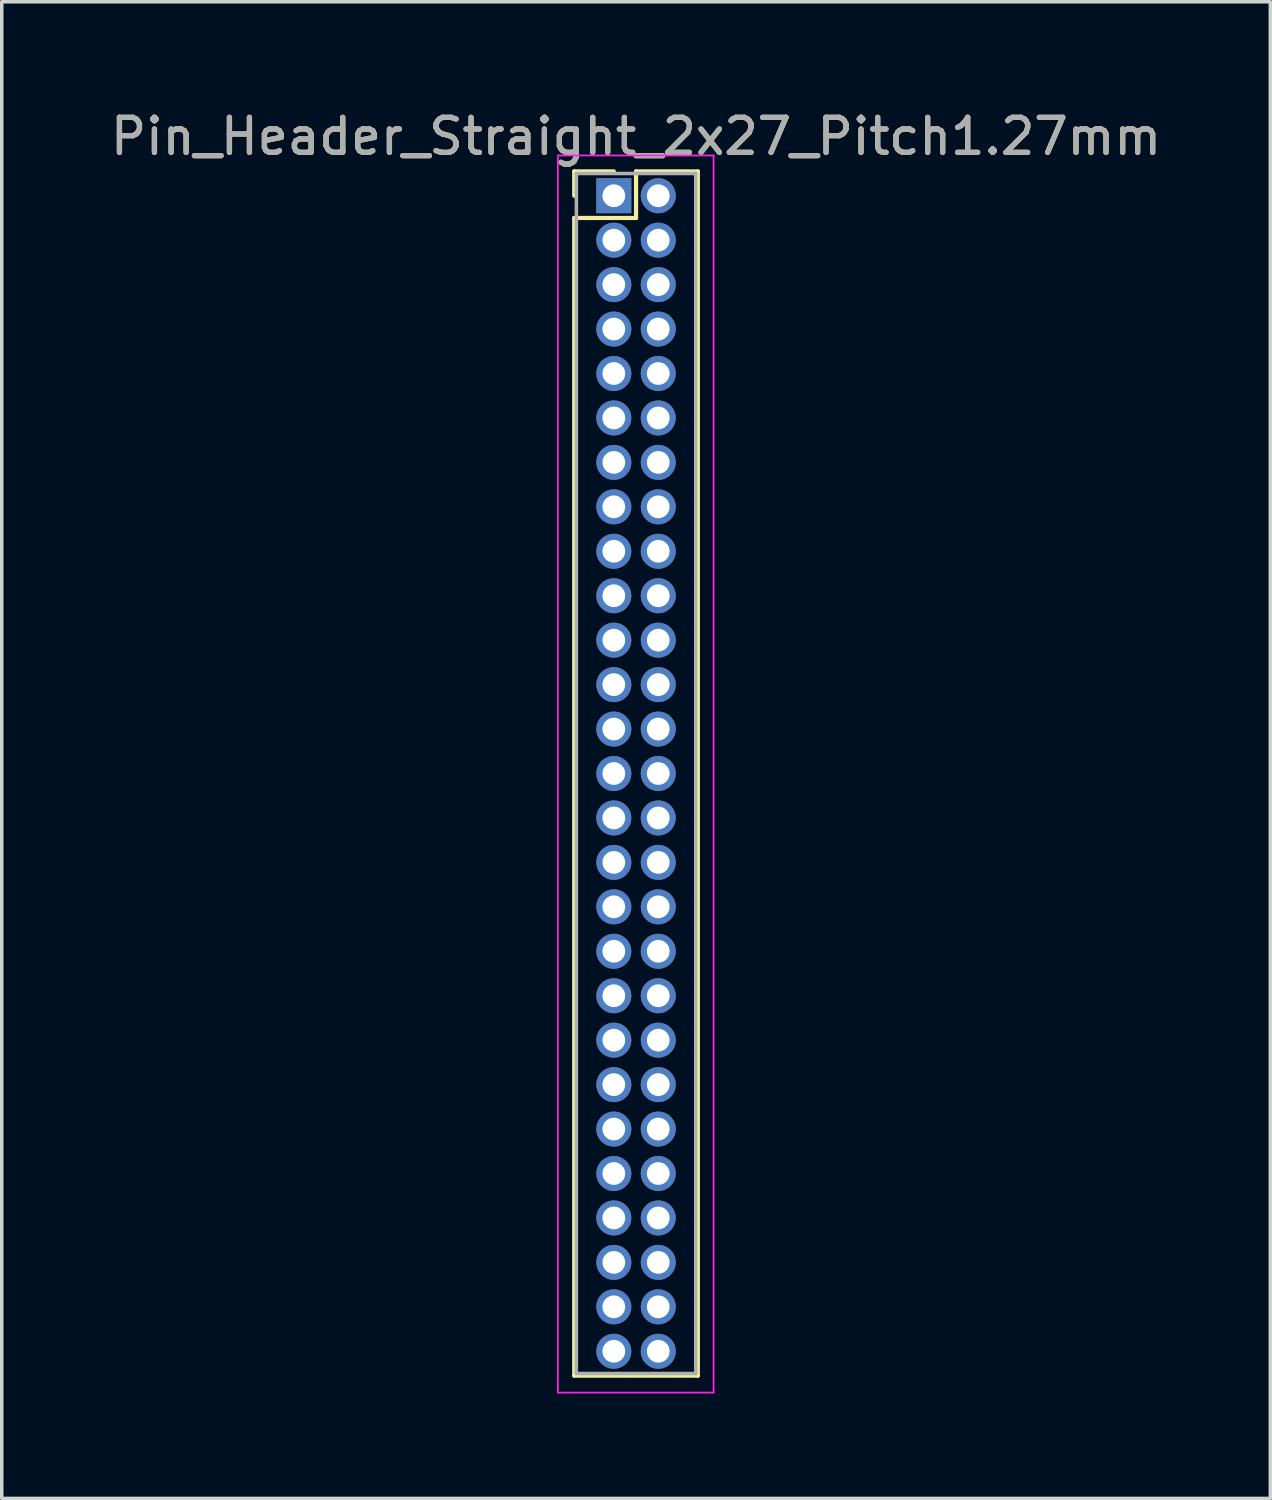
<source format=kicad_pcb>
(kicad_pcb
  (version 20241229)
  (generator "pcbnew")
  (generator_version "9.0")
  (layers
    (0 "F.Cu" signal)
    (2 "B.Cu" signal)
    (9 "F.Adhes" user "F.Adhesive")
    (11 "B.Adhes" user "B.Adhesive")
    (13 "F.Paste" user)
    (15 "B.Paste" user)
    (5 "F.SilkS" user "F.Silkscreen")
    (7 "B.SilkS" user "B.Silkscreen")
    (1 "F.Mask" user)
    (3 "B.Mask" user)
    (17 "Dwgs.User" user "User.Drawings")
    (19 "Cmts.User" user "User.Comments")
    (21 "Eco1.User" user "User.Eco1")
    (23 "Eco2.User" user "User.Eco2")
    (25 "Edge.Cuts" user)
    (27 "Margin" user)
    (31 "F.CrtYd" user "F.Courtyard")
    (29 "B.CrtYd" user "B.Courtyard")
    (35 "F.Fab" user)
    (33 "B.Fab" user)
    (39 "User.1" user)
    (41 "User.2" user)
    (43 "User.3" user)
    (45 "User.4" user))
  (footprint "Pin_Header_Straight_2x27_Pitch1.27mm"
    (layer "F.Cu")
    (at 14.49 2.543)
    (property "Reference" "Pin_Header_Straight_2x27_Pitch1.27mm" (at 0.635 -1.695 0) (layer "F.SilkS") (effects (font (size 1 1) (thickness 0.15))))
    (attr through_hole)
    (fp_line (start -1.13 -0.695) (end 0 -0.695) (stroke (width 0.12) (type solid)) (layer "F.SilkS"))
    (fp_line (start -1.13 0) (end -1.13 -0.695) (stroke (width 0.12) (type solid)) (layer "F.SilkS"))
    (fp_line (start -1.13 0.635) (end -1.13 33.715) (stroke (width 0.12) (type solid)) (layer "F.SilkS"))
    (fp_line (start -1.13 33.715) (end 2.4 33.715) (stroke (width 0.12) (type solid)) (layer "F.SilkS"))
    (fp_line (start 0.635 -0.695) (end 0.635 0.635) (stroke (width 0.12) (type solid)) (layer "F.SilkS"))
    (fp_line (start 0.635 0.635) (end -1.13 0.635) (stroke (width 0.12) (type solid)) (layer "F.SilkS"))
    (fp_line (start 2.4 -0.695) (end 0.635 -0.695) (stroke (width 0.12) (type solid)) (layer "F.SilkS"))
    (fp_line (start 2.4 33.715) (end 2.4 -0.695) (stroke (width 0.12) (type solid)) (layer "F.SilkS"))
    (fp_line (start -1.6 -1.15) (end -1.6 34.2) (stroke (width 0.05) (type solid)) (layer "F.CrtYd"))
    (fp_line (start -1.6 34.2) (end 2.85 34.2) (stroke (width 0.05) (type solid)) (layer "F.CrtYd"))
    (fp_line (start 2.85 -1.15) (end -1.6 -1.15) (stroke (width 0.05) (type solid)) (layer "F.CrtYd"))
    (fp_line (start 2.85 34.2) (end 2.85 -1.15) (stroke (width 0.05) (type solid)) (layer "F.CrtYd"))
    (fp_line (start -1.07 -0.635) (end -1.07 33.655) (stroke (width 0.1) (type solid)) (layer "F.Fab"))
    (fp_line (start -1.07 33.655) (end 2.34 33.655) (stroke (width 0.1) (type solid)) (layer "F.Fab"))
    (fp_line (start 2.34 -0.635) (end -1.07 -0.635) (stroke (width 0.1) (type solid)) (layer "F.Fab"))
    (fp_line (start 2.34 33.655) (end 2.34 -0.635) (stroke (width 0.1) (type solid)) (layer "F.Fab"))
    (fp_text user "${REFERENCE}" (at 0.635 -1.695 0) (layer "F.Fab") (effects (font (size 1 1) (thickness 0.15))))
    (pad "1" thru_hole rect (at 0 0) (size 1 1) (drill 0.65) (layers "*.Cu" "*.Mask"))
    (pad "2" thru_hole oval (at 1.27 0) (size 1 1) (drill 0.65) (layers "*.Cu" "*.Mask"))
    (pad "3" thru_hole oval (at 0 1.27) (size 1 1) (drill 0.65) (layers "*.Cu" "*.Mask"))
    (pad "4" thru_hole oval (at 1.27 1.27) (size 1 1) (drill 0.65) (layers "*.Cu" "*.Mask"))
    (pad "5" thru_hole oval (at 0 2.54) (size 1 1) (drill 0.65) (layers "*.Cu" "*.Mask"))
    (pad "6" thru_hole oval (at 1.27 2.54) (size 1 1) (drill 0.65) (layers "*.Cu" "*.Mask"))
    (pad "7" thru_hole oval (at 0 3.81) (size 1 1) (drill 0.65) (layers "*.Cu" "*.Mask"))
    (pad "8" thru_hole oval (at 1.27 3.81) (size 1 1) (drill 0.65) (layers "*.Cu" "*.Mask"))
    (pad "9" thru_hole oval (at 0 5.08) (size 1 1) (drill 0.65) (layers "*.Cu" "*.Mask"))
    (pad "10" thru_hole oval (at 1.27 5.08) (size 1 1) (drill 0.65) (layers "*.Cu" "*.Mask"))
    (pad "11" thru_hole oval (at 0 6.35) (size 1 1) (drill 0.65) (layers "*.Cu" "*.Mask"))
    (pad "12" thru_hole oval (at 1.27 6.35) (size 1 1) (drill 0.65) (layers "*.Cu" "*.Mask"))
    (pad "13" thru_hole oval (at 0 7.62) (size 1 1) (drill 0.65) (layers "*.Cu" "*.Mask"))
    (pad "14" thru_hole oval (at 1.27 7.62) (size 1 1) (drill 0.65) (layers "*.Cu" "*.Mask"))
    (pad "15" thru_hole oval (at 0 8.89) (size 1 1) (drill 0.65) (layers "*.Cu" "*.Mask"))
    (pad "16" thru_hole oval (at 1.27 8.89) (size 1 1) (drill 0.65) (layers "*.Cu" "*.Mask"))
    (pad "17" thru_hole oval (at 0 10.16) (size 1 1) (drill 0.65) (layers "*.Cu" "*.Mask"))
    (pad "18" thru_hole oval (at 1.27 10.16) (size 1 1) (drill 0.65) (layers "*.Cu" "*.Mask"))
    (pad "19" thru_hole oval (at 0 11.43) (size 1 1) (drill 0.65) (layers "*.Cu" "*.Mask"))
    (pad "20" thru_hole oval (at 1.27 11.43) (size 1 1) (drill 0.65) (layers "*.Cu" "*.Mask"))
    (pad "21" thru_hole oval (at 0 12.7) (size 1 1) (drill 0.65) (layers "*.Cu" "*.Mask"))
    (pad "22" thru_hole oval (at 1.27 12.7) (size 1 1) (drill 0.65) (layers "*.Cu" "*.Mask"))
    (pad "23" thru_hole oval (at 0 13.97) (size 1 1) (drill 0.65) (layers "*.Cu" "*.Mask"))
    (pad "24" thru_hole oval (at 1.27 13.97) (size 1 1) (drill 0.65) (layers "*.Cu" "*.Mask"))
    (pad "25" thru_hole oval (at 0 15.24) (size 1 1) (drill 0.65) (layers "*.Cu" "*.Mask"))
    (pad "26" thru_hole oval (at 1.27 15.24) (size 1 1) (drill 0.65) (layers "*.Cu" "*.Mask"))
    (pad "27" thru_hole oval (at 0 16.51) (size 1 1) (drill 0.65) (layers "*.Cu" "*.Mask"))
    (pad "28" thru_hole oval (at 1.27 16.51) (size 1 1) (drill 0.65) (layers "*.Cu" "*.Mask"))
    (pad "29" thru_hole oval (at 0 17.78) (size 1 1) (drill 0.65) (layers "*.Cu" "*.Mask"))
    (pad "30" thru_hole oval (at 1.27 17.78) (size 1 1) (drill 0.65) (layers "*.Cu" "*.Mask"))
    (pad "31" thru_hole oval (at 0 19.05) (size 1 1) (drill 0.65) (layers "*.Cu" "*.Mask"))
    (pad "32" thru_hole oval (at 1.27 19.05) (size 1 1) (drill 0.65) (layers "*.Cu" "*.Mask"))
    (pad "33" thru_hole oval (at 0 20.32) (size 1 1) (drill 0.65) (layers "*.Cu" "*.Mask"))
    (pad "34" thru_hole oval (at 1.27 20.32) (size 1 1) (drill 0.65) (layers "*.Cu" "*.Mask"))
    (pad "35" thru_hole oval (at 0 21.59) (size 1 1) (drill 0.65) (layers "*.Cu" "*.Mask"))
    (pad "36" thru_hole oval (at 1.27 21.59) (size 1 1) (drill 0.65) (layers "*.Cu" "*.Mask"))
    (pad "37" thru_hole oval (at 0 22.86) (size 1 1) (drill 0.65) (layers "*.Cu" "*.Mask"))
    (pad "38" thru_hole oval (at 1.27 22.86) (size 1 1) (drill 0.65) (layers "*.Cu" "*.Mask"))
    (pad "39" thru_hole oval (at 0 24.13) (size 1 1) (drill 0.65) (layers "*.Cu" "*.Mask"))
    (pad "40" thru_hole oval (at 1.27 24.13) (size 1 1) (drill 0.65) (layers "*.Cu" "*.Mask"))
    (pad "41" thru_hole oval (at 0 25.4) (size 1 1) (drill 0.65) (layers "*.Cu" "*.Mask"))
    (pad "42" thru_hole oval (at 1.27 25.4) (size 1 1) (drill 0.65) (layers "*.Cu" "*.Mask"))
    (pad "43" thru_hole oval (at 0 26.67) (size 1 1) (drill 0.65) (layers "*.Cu" "*.Mask"))
    (pad "44" thru_hole oval (at 1.27 26.67) (size 1 1) (drill 0.65) (layers "*.Cu" "*.Mask"))
    (pad "45" thru_hole oval (at 0 27.94) (size 1 1) (drill 0.65) (layers "*.Cu" "*.Mask"))
    (pad "46" thru_hole oval (at 1.27 27.94) (size 1 1) (drill 0.65) (layers "*.Cu" "*.Mask"))
    (pad "47" thru_hole oval (at 0 29.21) (size 1 1) (drill 0.65) (layers "*.Cu" "*.Mask"))
    (pad "48" thru_hole oval (at 1.27 29.21) (size 1 1) (drill 0.65) (layers "*.Cu" "*.Mask"))
    (pad "49" thru_hole oval (at 0 30.48) (size 1 1) (drill 0.65) (layers "*.Cu" "*.Mask"))
    (pad "50" thru_hole oval (at 1.27 30.48) (size 1 1) (drill 0.65) (layers "*.Cu" "*.Mask"))
    (pad "51" thru_hole oval (at 0 31.75) (size 1 1) (drill 0.65) (layers "*.Cu" "*.Mask"))
    (pad "52" thru_hole oval (at 1.27 31.75) (size 1 1) (drill 0.65) (layers "*.Cu" "*.Mask"))
    (pad "53" thru_hole oval (at 0 33.02) (size 1 1) (drill 0.65) (layers "*.Cu" "*.Mask"))
    (pad "54" thru_hole oval (at 1.27 33.02) (size 1 1) (drill 0.65) (layers "*.Cu" "*.Mask")))
  (gr_rect
    (start -3 -3)
    (end 33.25 39.768)
    (stroke (width 0.1) (type default))
    (fill no)
    (layer "Edge.Cuts")))
</source>
